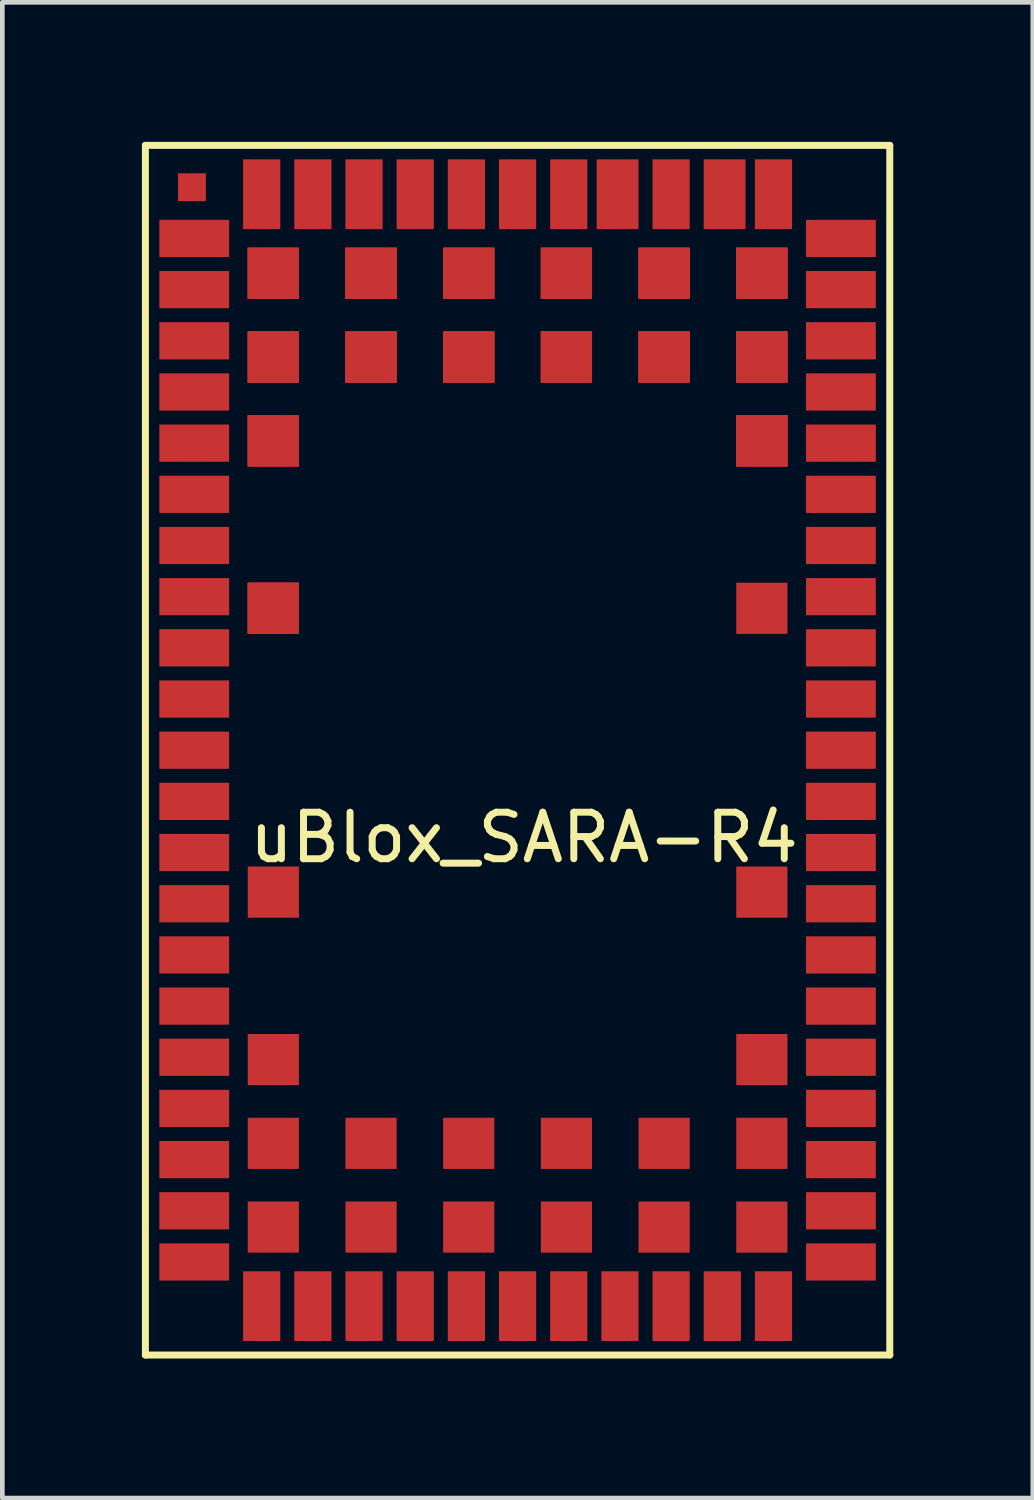
<source format=kicad_pcb>
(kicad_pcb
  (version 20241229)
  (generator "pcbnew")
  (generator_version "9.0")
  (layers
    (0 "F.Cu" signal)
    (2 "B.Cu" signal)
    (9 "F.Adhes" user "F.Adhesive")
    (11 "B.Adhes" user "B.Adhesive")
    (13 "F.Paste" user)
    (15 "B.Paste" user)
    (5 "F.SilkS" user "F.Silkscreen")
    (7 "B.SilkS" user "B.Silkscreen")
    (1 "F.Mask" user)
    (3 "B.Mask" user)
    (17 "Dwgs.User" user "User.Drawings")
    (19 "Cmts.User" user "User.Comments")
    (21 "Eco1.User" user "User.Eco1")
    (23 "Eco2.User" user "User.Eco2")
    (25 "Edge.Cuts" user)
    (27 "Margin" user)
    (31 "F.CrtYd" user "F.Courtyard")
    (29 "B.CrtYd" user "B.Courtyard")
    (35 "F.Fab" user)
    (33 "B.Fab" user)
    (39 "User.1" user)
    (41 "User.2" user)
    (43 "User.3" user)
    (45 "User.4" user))
  (footprint "uBlox_SARA-R4"
    (layer "F.Cu")
    (at 1.125 2.075)
    (property "Reference" "uBlox_SARA-R4" (at 7.087 12.878 0) (layer "F.SilkS") (effects (font (size 1 1) (thickness 0.15))))
    (attr through_hole)
    (fp_line (start -1.05 -2) (end -1.05 24) (stroke (width 0.15) (type solid)) (layer "F.SilkS"))
    (fp_line (start -1.05 -2) (end 14.95 -2) (stroke (width 0.15) (type solid)) (layer "F.SilkS"))
    (fp_line (start -1.05 24) (end 14.95 24) (stroke (width 0.15) (type solid)) (layer "F.SilkS"))
    (fp_line (start 14.95 -2) (end 14.95 24) (stroke (width 0.15) (type solid)) (layer "F.SilkS"))
    (pad "" smd rect (at -0.05 -1.1) (size 0.6 0.6) (layers "F.Cu" "F.Mask" "F.Paste"))
    (pad "1" smd rect (at 0 0) (size 1.5 0.8) (layers "F.Cu" "F.Mask" "F.Paste"))
    (pad "2" smd rect (at 0 1.1) (size 1.5 0.8) (layers "F.Cu" "F.Mask" "F.Paste"))
    (pad "3" smd rect (at 0 2.2) (size 1.5 0.8) (layers "F.Cu" "F.Mask" "F.Paste"))
    (pad "4" smd rect (at 0 3.3) (size 1.5 0.8) (layers "F.Cu" "F.Mask" "F.Paste"))
    (pad "5" smd rect (at 0 4.4) (size 1.5 0.8) (layers "F.Cu" "F.Mask" "F.Paste"))
    (pad "6" smd rect (at 0 5.5) (size 1.5 0.8) (layers "F.Cu" "F.Mask" "F.Paste"))
    (pad "7" smd rect (at 0 6.6) (size 1.5 0.8) (layers "F.Cu" "F.Mask" "F.Paste"))
    (pad "8" smd rect (at 0 7.7) (size 1.5 0.8) (layers "F.Cu" "F.Mask" "F.Paste"))
    (pad "9" smd rect (at 0 8.8) (size 1.5 0.8) (layers "F.Cu" "F.Mask" "F.Paste"))
    (pad "10" smd rect (at 0 9.9) (size 1.5 0.8) (layers "F.Cu" "F.Mask" "F.Paste"))
    (pad "11" smd rect (at 0 11) (size 1.5 0.8) (layers "F.Cu" "F.Mask" "F.Paste"))
    (pad "12" smd rect (at 0 12.1) (size 1.5 0.8) (layers "F.Cu" "F.Mask" "F.Paste"))
    (pad "13" smd rect (at 0 13.2) (size 1.5 0.8) (layers "F.Cu" "F.Mask" "F.Paste"))
    (pad "14" smd rect (at 0 14.3) (size 1.5 0.8) (layers "F.Cu" "F.Mask" "F.Paste"))
    (pad "15" smd rect (at 0 15.4) (size 1.5 0.8) (layers "F.Cu" "F.Mask" "F.Paste"))
    (pad "16" smd rect (at 0 16.5) (size 1.5 0.8) (layers "F.Cu" "F.Mask" "F.Paste"))
    (pad "17" smd rect (at 0 17.6) (size 1.5 0.8) (layers "F.Cu" "F.Mask" "F.Paste"))
    (pad "18" smd rect (at 0 18.7) (size 1.5 0.8) (layers "F.Cu" "F.Mask" "F.Paste"))
    (pad "19" smd rect (at 0 19.8) (size 1.5 0.8) (layers "F.Cu" "F.Mask" "F.Paste"))
    (pad "20" smd rect (at 0 20.9) (size 1.5 0.8) (layers "F.Cu" "F.Mask" "F.Paste"))
    (pad "21" smd rect (at 0 22) (size 1.5 0.8) (layers "F.Cu" "F.Mask" "F.Paste"))
    (pad "22" smd rect (at 1.45 22.95) (size 0.8 1.5) (layers "F.Cu" "F.Mask" "F.Paste"))
    (pad "23" smd rect (at 2.55 22.95) (size 0.8 1.5) (layers "F.Cu" "F.Mask" "F.Paste"))
    (pad "24" smd rect (at 3.65 22.95) (size 0.8 1.5) (layers "F.Cu" "F.Mask" "F.Paste"))
    (pad "25" smd rect (at 4.75 22.95) (size 0.8 1.5) (layers "F.Cu" "F.Mask" "F.Paste"))
    (pad "26" smd rect (at 5.85 22.95) (size 0.8 1.5) (layers "F.Cu" "F.Mask" "F.Paste"))
    (pad "27" smd rect (at 6.95 22.95) (size 0.8 1.5) (layers "F.Cu" "F.Mask" "F.Paste"))
    (pad "28" smd rect (at 8.05 22.95) (size 0.8 1.5) (layers "F.Cu" "F.Mask" "F.Paste"))
    (pad "29" smd rect (at 9.15 22.95) (size 0.8 1.5) (layers "F.Cu" "F.Mask" "F.Paste"))
    (pad "30" smd rect (at 10.25 22.95) (size 0.8 1.5) (layers "F.Cu" "F.Mask" "F.Paste"))
    (pad "31" smd rect (at 11.35 22.95) (size 0.8 1.5) (layers "F.Cu" "F.Mask" "F.Paste"))
    (pad "32" smd rect (at 12.45 22.95) (size 0.8 1.5) (layers "F.Cu" "F.Mask" "F.Paste"))
    (pad "33" smd rect (at 13.9 22) (size 1.5 0.8) (layers "F.Cu" "F.Mask" "F.Paste"))
    (pad "34" smd rect (at 13.9 20.9) (size 1.5 0.8) (layers "F.Cu" "F.Mask" "F.Paste"))
    (pad "35" smd rect (at 13.9 19.8) (size 1.5 0.8) (layers "F.Cu" "F.Mask" "F.Paste"))
    (pad "36" smd rect (at 13.9 18.7) (size 1.5 0.8) (layers "F.Cu" "F.Mask" "F.Paste"))
    (pad "37" smd rect (at 13.9 17.6) (size 1.5 0.8) (layers "F.Cu" "F.Mask" "F.Paste"))
    (pad "38" smd rect (at 13.9 16.5) (size 1.5 0.8) (layers "F.Cu" "F.Mask" "F.Paste"))
    (pad "39" smd rect (at 13.9 15.4) (size 1.5 0.8) (layers "F.Cu" "F.Mask" "F.Paste"))
    (pad "40" smd rect (at 13.9 14.3) (size 1.5 0.8) (layers "F.Cu" "F.Mask" "F.Paste"))
    (pad "41" smd rect (at 13.9 13.2) (size 1.5 0.8) (layers "F.Cu" "F.Mask" "F.Paste"))
    (pad "42" smd rect (at 13.9 12.1) (size 1.5 0.8) (layers "F.Cu" "F.Mask" "F.Paste"))
    (pad "43" smd rect (at 13.9 11) (size 1.5 0.8) (layers "F.Cu" "F.Mask" "F.Paste"))
    (pad "44" smd rect (at 13.9 9.9) (size 1.5 0.8) (layers "F.Cu" "F.Mask" "F.Paste"))
    (pad "45" smd rect (at 13.9 8.8) (size 1.5 0.8) (layers "F.Cu" "F.Mask" "F.Paste"))
    (pad "46" smd rect (at 13.9 7.7) (size 1.5 0.8) (layers "F.Cu" "F.Mask" "F.Paste"))
    (pad "47" smd rect (at 13.9 6.6) (size 1.5 0.8) (layers "F.Cu" "F.Mask" "F.Paste"))
    (pad "48" smd rect (at 13.9 5.5) (size 1.5 0.8) (layers "F.Cu" "F.Mask" "F.Paste"))
    (pad "49" smd rect (at 13.9 4.4) (size 1.5 0.8) (layers "F.Cu" "F.Mask" "F.Paste"))
    (pad "50" smd rect (at 13.9 3.3) (size 1.5 0.8) (layers "F.Cu" "F.Mask" "F.Paste"))
    (pad "51" smd rect (at 13.9 2.2) (size 1.5 0.8) (layers "F.Cu" "F.Mask" "F.Paste"))
    (pad "52" smd rect (at 13.9 1.1) (size 1.5 0.8) (layers "F.Cu" "F.Mask" "F.Paste"))
    (pad "53" smd rect (at 13.9 0) (size 1.5 0.8) (layers "F.Cu" "F.Mask" "F.Paste"))
    (pad "54" smd rect (at 12.45 -0.95) (size 0.8 1.5) (layers "F.Cu" "F.Mask" "F.Paste"))
    (pad "55" smd rect (at 11.4 -0.95) (size 0.9 1.5) (layers "F.Cu" "F.Mask" "F.Paste"))
    (pad "56" smd rect (at 10.25 -0.95) (size 0.8 1.5) (layers "F.Cu" "F.Mask" "F.Paste"))
    (pad "57" smd rect (at 9.1 -0.95) (size 0.9 1.5) (layers "F.Cu" "F.Mask" "F.Paste"))
    (pad "58" smd rect (at 8.05 -0.95) (size 0.8 1.5) (layers "F.Cu" "F.Mask" "F.Paste"))
    (pad "59" smd rect (at 6.95 -0.95) (size 0.8 1.5) (layers "F.Cu" "F.Mask" "F.Paste"))
    (pad "60" smd rect (at 5.85 -0.95) (size 0.8 1.5) (layers "F.Cu" "F.Mask" "F.Paste"))
    (pad "61" smd rect (at 4.75 -0.95) (size 0.8 1.5) (layers "F.Cu" "F.Mask" "F.Paste"))
    (pad "62" smd rect (at 3.65 -0.95) (size 0.8 1.5) (layers "F.Cu" "F.Mask" "F.Paste"))
    (pad "63" smd rect (at 2.55 -0.95) (size 0.8 1.5) (layers "F.Cu" "F.Mask" "F.Paste"))
    (pad "64" smd rect (at 1.45 -0.95) (size 0.8 1.5) (layers "F.Cu" "F.Mask" "F.Paste"))
    (pad "65" smd rect (at 1.7 0.75) (size 1.1 1.1) (layers "F.Cu" "F.Mask" "F.Paste"))
    (pad "65" smd rect (at 1.7 0.75) (size 1.1 1.1) (layers "F.Cu" "F.Mask" "F.Paste"))
    (pad "65" smd rect (at 1.7 0.75) (size 1.1 1.1) (layers "F.Cu" "F.Mask" "F.Paste"))
    (pad "65" smd rect (at 1.7 0.75) (size 1.1 1.1) (layers "F.Cu" "F.Mask" "F.Paste"))
    (pad "66" smd rect (at 3.8 0.75) (size 1.1 1.1) (layers "F.Cu" "F.Mask" "F.Paste"))
    (pad "66" smd rect (at 3.8 0.75) (size 1.1 1.1) (layers "F.Cu" "F.Mask" "F.Paste"))
    (pad "66" smd rect (at 3.8 0.75) (size 1.1 1.1) (layers "F.Cu" "F.Mask" "F.Paste"))
    (pad "66" smd rect (at 3.8 0.75) (size 1.1 1.1) (layers "F.Cu" "F.Mask" "F.Paste"))
    (pad "67" smd rect (at 5.9 0.75) (size 1.1 1.1) (layers "F.Cu" "F.Mask" "F.Paste"))
    (pad "67" smd rect (at 5.9 0.75) (size 1.1 1.1) (layers "F.Cu" "F.Mask" "F.Paste"))
    (pad "67" smd rect (at 5.9 0.75) (size 1.1 1.1) (layers "F.Cu" "F.Mask" "F.Paste"))
    (pad "67" smd rect (at 5.9 0.75) (size 1.1 1.1) (layers "F.Cu" "F.Mask" "F.Paste"))
    (pad "68" smd rect (at 8 0.75) (size 1.1 1.1) (layers "F.Cu" "F.Mask" "F.Paste"))
    (pad "68" smd rect (at 8 0.75) (size 1.1 1.1) (layers "F.Cu" "F.Mask" "F.Paste"))
    (pad "68" smd rect (at 8 0.75) (size 1.1 1.1) (layers "F.Cu" "F.Mask" "F.Paste"))
    (pad "68" smd rect (at 8 0.75) (size 1.1 1.1) (layers "F.Cu" "F.Mask" "F.Paste"))
    (pad "69" smd rect (at 10.1 0.75) (size 1.1 1.1) (layers "F.Cu" "F.Mask" "F.Paste"))
    (pad "69" smd rect (at 10.1 0.75) (size 1.1 1.1) (layers "F.Cu" "F.Mask" "F.Paste"))
    (pad "69" smd rect (at 10.1 0.75) (size 1.1 1.1) (layers "F.Cu" "F.Mask" "F.Paste"))
    (pad "69" smd rect (at 10.1 0.75) (size 1.1 1.1) (layers "F.Cu" "F.Mask" "F.Paste"))
    (pad "70" smd rect (at 12.2 0.75) (size 1.1 1.1) (layers "F.Cu" "F.Mask" "F.Paste"))
    (pad "70" smd rect (at 12.2 0.75) (size 1.1 1.1) (layers "F.Cu" "F.Mask" "F.Paste"))
    (pad "70" smd rect (at 12.2 0.75) (size 1.1 1.1) (layers "F.Cu" "F.Mask" "F.Paste"))
    (pad "70" smd rect (at 12.2 0.75) (size 1.1 1.1) (layers "F.Cu" "F.Mask" "F.Paste"))
    (pad "71" smd rect (at 1.7 2.55) (size 1.1 1.1) (layers "F.Cu" "F.Mask" "F.Paste"))
    (pad "71" smd rect (at 1.7 2.55) (size 1.1 1.1) (layers "F.Cu" "F.Mask" "F.Paste"))
    (pad "71" smd rect (at 1.7 2.55) (size 1.1 1.1) (layers "F.Cu" "F.Mask" "F.Paste"))
    (pad "71" smd rect (at 1.7 2.55) (size 1.1 1.1) (layers "F.Cu" "F.Mask" "F.Paste"))
    (pad "72" smd rect (at 3.8 2.55) (size 1.1 1.1) (layers "F.Cu" "F.Mask" "F.Paste"))
    (pad "72" smd rect (at 3.8 2.55) (size 1.1 1.1) (layers "F.Cu" "F.Mask" "F.Paste"))
    (pad "72" smd rect (at 3.8 2.55) (size 1.1 1.1) (layers "F.Cu" "F.Mask" "F.Paste"))
    (pad "72" smd rect (at 3.8 2.55) (size 1.1 1.1) (layers "F.Cu" "F.Mask" "F.Paste"))
    (pad "73" smd rect (at 5.9 2.55) (size 1.1 1.1) (layers "F.Cu" "F.Mask" "F.Paste"))
    (pad "73" smd rect (at 5.9 2.55) (size 1.1 1.1) (layers "F.Cu" "F.Mask" "F.Paste"))
    (pad "73" smd rect (at 5.9 2.55) (size 1.1 1.1) (layers "F.Cu" "F.Mask" "F.Paste"))
    (pad "73" smd rect (at 5.9 2.55) (size 1.1 1.1) (layers "F.Cu" "F.Mask" "F.Paste"))
    (pad "74" smd rect (at 8 2.55) (size 1.1 1.1) (layers "F.Cu" "F.Mask" "F.Paste"))
    (pad "74" smd rect (at 8 2.55) (size 1.1 1.1) (layers "F.Cu" "F.Mask" "F.Paste"))
    (pad "74" smd rect (at 8 2.55) (size 1.1 1.1) (layers "F.Cu" "F.Mask" "F.Paste"))
    (pad "74" smd rect (at 8 2.55) (size 1.1 1.1) (layers "F.Cu" "F.Mask" "F.Paste"))
    (pad "75" smd rect (at 10.1 2.55) (size 1.1 1.1) (layers "F.Cu" "F.Mask" "F.Paste"))
    (pad "75" smd rect (at 10.1 2.55) (size 1.1 1.1) (layers "F.Cu" "F.Mask" "F.Paste"))
    (pad "75" smd rect (at 10.1 2.55) (size 1.1 1.1) (layers "F.Cu" "F.Mask" "F.Paste"))
    (pad "75" smd rect (at 10.1 2.55) (size 1.1 1.1) (layers "F.Cu" "F.Mask" "F.Paste"))
    (pad "76" smd rect (at 12.2 2.55) (size 1.1 1.1) (layers "F.Cu" "F.Mask" "F.Paste"))
    (pad "76" smd rect (at 12.2 2.55) (size 1.1 1.1) (layers "F.Cu" "F.Mask" "F.Paste"))
    (pad "76" smd rect (at 12.2 2.55) (size 1.1 1.1) (layers "F.Cu" "F.Mask" "F.Paste"))
    (pad "76" smd rect (at 12.2 2.55) (size 1.1 1.1) (layers "F.Cu" "F.Mask" "F.Paste"))
    (pad "77" smd rect (at 1.7 4.35) (size 1.1 1.1) (layers "F.Cu" "F.Mask" "F.Paste"))
    (pad "77" smd rect (at 1.7 4.35) (size 1.1 1.1) (layers "F.Cu" "F.Mask" "F.Paste"))
    (pad "77" smd rect (at 1.7 4.35) (size 1.1 1.1) (layers "F.Cu" "F.Mask" "F.Paste"))
    (pad "77" smd rect (at 1.7 4.35) (size 1.1 1.1) (layers "F.Cu" "F.Mask" "F.Paste"))
    (pad "78" smd rect (at 12.2 4.35) (size 1.1 1.1) (layers "F.Cu" "F.Mask" "F.Paste"))
    (pad "78" smd rect (at 12.2 4.35) (size 1.1 1.1) (layers "F.Cu" "F.Mask" "F.Paste"))
    (pad "78" smd rect (at 12.2 4.35) (size 1.1 1.1) (layers "F.Cu" "F.Mask" "F.Paste"))
    (pad "78" smd rect (at 12.2 4.35) (size 1.1 1.1) (layers "F.Cu" "F.Mask" "F.Paste"))
    (pad "79" smd rect (at 1.7 7.95) (size 1.1 1.1) (layers "F.Cu" "F.Mask" "F.Paste"))
    (pad "79" smd rect (at 1.7 7.95) (size 1.1 1.1) (layers "F.Cu" "F.Mask" "F.Paste"))
    (pad "79" smd rect (at 1.7 7.95) (size 1.1 1.1) (layers "F.Cu" "F.Mask" "F.Paste"))
    (pad "79" smd rect (at 1.7 7.95) (size 1.1 1.1) (layers "F.Cu" "F.Mask" "F.Paste"))
    (pad "80" smd rect (at 12.2 7.95) (size 1.1 1.1) (layers "F.Cu" "F.Mask" "F.Paste"))
    (pad "81" smd rect (at 1.7 14.05) (size 1.1 1.1) (layers "F.Cu" "F.Mask" "F.Paste"))
    (pad "82" smd rect (at 12.2 14.05) (size 1.1 1.1) (layers "F.Cu" "F.Mask" "F.Paste"))
    (pad "83" smd rect (at 1.7 17.65) (size 1.1 1.1) (layers "F.Cu" "F.Mask" "F.Paste"))
    (pad "84" smd rect (at 12.2 17.65) (size 1.1 1.1) (layers "F.Cu" "F.Mask" "F.Paste"))
    (pad "85" smd rect (at 1.7 19.45) (size 1.1 1.1) (layers "F.Cu" "F.Mask" "F.Paste"))
    (pad "86" smd rect (at 3.8 19.45) (size 1.1 1.1) (layers "F.Cu" "F.Mask" "F.Paste"))
    (pad "87" smd rect (at 5.9 19.45) (size 1.1 1.1) (layers "F.Cu" "F.Mask" "F.Paste"))
    (pad "88" smd rect (at 8 19.45) (size 1.1 1.1) (layers "F.Cu" "F.Mask" "F.Paste"))
    (pad "89" smd rect (at 10.1 19.45) (size 1.1 1.1) (layers "F.Cu" "F.Mask" "F.Paste"))
    (pad "90" smd rect (at 12.2 19.45) (size 1.1 1.1) (layers "F.Cu" "F.Mask" "F.Paste"))
    (pad "91" smd rect (at 1.7 21.25) (size 1.1 1.1) (layers "F.Cu" "F.Mask" "F.Paste"))
    (pad "92" smd rect (at 3.8 21.25) (size 1.1 1.1) (layers "F.Cu" "F.Mask" "F.Paste"))
    (pad "93" smd rect (at 5.9 21.25) (size 1.1 1.1) (layers "F.Cu" "F.Mask" "F.Paste"))
    (pad "94" smd rect (at 8 21.25) (size 1.1 1.1) (layers "F.Cu" "F.Mask" "F.Paste"))
    (pad "95" smd rect (at 10.1 21.25) (size 1.1 1.1) (layers "F.Cu" "F.Mask" "F.Paste"))
    (pad "96" smd rect (at 12.2 21.25) (size 1.1 1.1) (layers "F.Cu" "F.Mask" "F.Paste")))
  (gr_rect
    (start -3 -3)
    (end 19.15 29.15)
    (stroke (width 0.1) (type default))
    (fill no)
    (layer "Edge.Cuts")))
</source>
